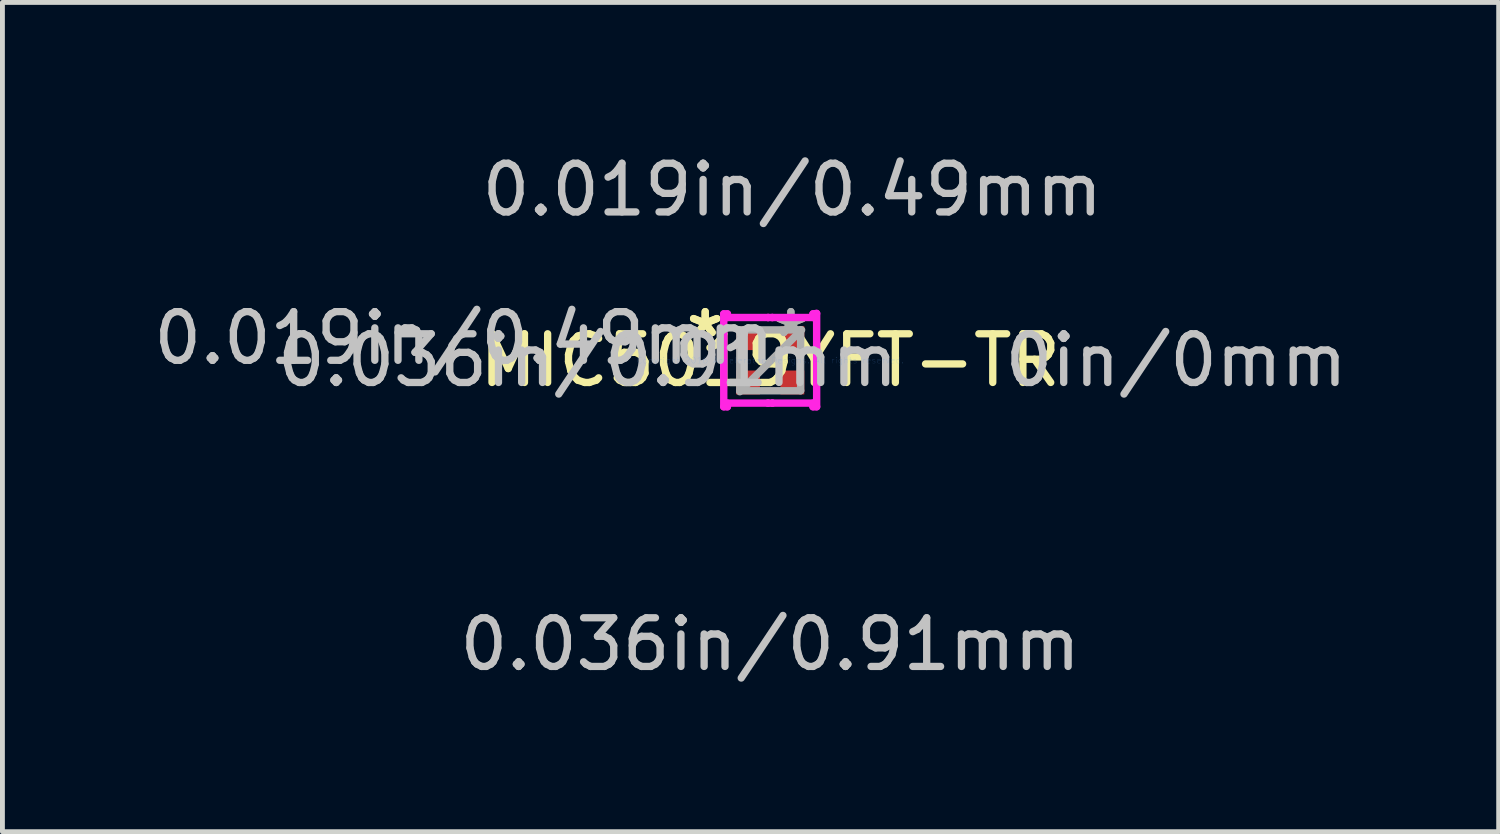
<source format=kicad_pcb>
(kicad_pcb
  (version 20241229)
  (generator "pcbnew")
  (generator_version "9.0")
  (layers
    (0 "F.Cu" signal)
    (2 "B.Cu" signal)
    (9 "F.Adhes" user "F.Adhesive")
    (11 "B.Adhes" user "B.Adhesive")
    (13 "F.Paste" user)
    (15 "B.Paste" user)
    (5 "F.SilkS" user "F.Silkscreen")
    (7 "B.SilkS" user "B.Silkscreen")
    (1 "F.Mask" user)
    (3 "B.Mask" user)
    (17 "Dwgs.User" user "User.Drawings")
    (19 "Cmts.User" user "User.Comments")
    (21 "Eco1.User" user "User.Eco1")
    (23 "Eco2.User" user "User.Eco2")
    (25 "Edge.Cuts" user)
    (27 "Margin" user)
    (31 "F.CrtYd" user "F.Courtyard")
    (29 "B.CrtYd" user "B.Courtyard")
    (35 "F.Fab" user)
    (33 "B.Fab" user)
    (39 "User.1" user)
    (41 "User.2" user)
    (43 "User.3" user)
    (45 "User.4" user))
  (footprint "MIC5019YFT-TR"
    (layer "F.Cu")
    (at 12.77 4.351)
    (property "Reference" "MIC5019YFT-TR" (at 0 0 0) (layer "F.SilkS") (effects (font (size 1 1) (thickness 0.15))))
    (attr through_hole)
    (fp_line (start -0.954 -0.954) (end -0.879 -0.954) (stroke (width 0.152) (type solid)) (layer "F.CrtYd"))
    (fp_line (start -0.954 0.954) (end -0.954 -0.954) (stroke (width 0.152) (type solid)) (layer "F.CrtYd"))
    (fp_line (start -0.879 -0.954) (end -0.879 -0.879) (stroke (width 0.152) (type solid)) (layer "F.CrtYd"))
    (fp_line (start -0.879 -0.879) (end -0.044 -0.879) (stroke (width 0.152) (type solid)) (layer "F.CrtYd"))
    (fp_line (start -0.879 0.879) (end -0.879 0.954) (stroke (width 0.152) (type solid)) (layer "F.CrtYd"))
    (fp_line (start -0.879 0.954) (end -0.954 0.954) (stroke (width 0.152) (type solid)) (layer "F.CrtYd"))
    (fp_line (start -0.044 -0.879) (end -0.044 -0.879) (stroke (width 0.152) (type solid)) (layer "F.CrtYd"))
    (fp_line (start -0.044 -0.879) (end 0.044 -0.879) (stroke (width 0.152) (type solid)) (layer "F.CrtYd"))
    (fp_line (start -0.044 0.879) (end -0.879 0.879) (stroke (width 0.152) (type solid)) (layer "F.CrtYd"))
    (fp_line (start -0.044 0.879) (end -0.044 0.879) (stroke (width 0.152) (type solid)) (layer "F.CrtYd"))
    (fp_line (start 0.044 -0.879) (end 0.044 -0.879) (stroke (width 0.152) (type solid)) (layer "F.CrtYd"))
    (fp_line (start 0.044 -0.879) (end 0.879 -0.879) (stroke (width 0.152) (type solid)) (layer "F.CrtYd"))
    (fp_line (start 0.044 0.879) (end -0.044 0.879) (stroke (width 0.152) (type solid)) (layer "F.CrtYd"))
    (fp_line (start 0.044 0.879) (end 0.044 0.879) (stroke (width 0.152) (type solid)) (layer "F.CrtYd"))
    (fp_line (start 0.879 -0.954) (end 0.954 -0.963) (stroke (width 0.152) (type solid)) (layer "F.CrtYd"))
    (fp_line (start 0.879 -0.879) (end 0.879 -0.954) (stroke (width 0.152) (type solid)) (layer "F.CrtYd"))
    (fp_line (start 0.879 0.879) (end 0.044 0.879) (stroke (width 0.152) (type solid)) (layer "F.CrtYd"))
    (fp_line (start 0.879 0.954) (end 0.879 0.879) (stroke (width 0.152) (type solid)) (layer "F.CrtYd"))
    (fp_line (start 0.954 -0.963) (end 0.954 0.954) (stroke (width 0.152) (type solid)) (layer "F.CrtYd"))
    (fp_line (start 0.954 0.954) (end 0.879 0.954) (stroke (width 0.152) (type solid)) (layer "F.CrtYd"))
    (fp_line (start -0.625 -0.625) (end -0.625 0.625) (stroke (width 0.152) (type solid)) (layer "F.Fab"))
    (fp_line (start -0.625 0.625) (end 0.625 0.625) (stroke (width 0.152) (type solid)) (layer "F.Fab"))
    (fp_line (start -0.625 0.645) (end 0.645 -0.625) (stroke (width 0.152) (type solid)) (layer "F.Fab"))
    (fp_line (start 0.625 -0.625) (end -0.625 -0.625) (stroke (width 0.152) (type solid)) (layer "F.Fab"))
    (fp_line (start 0.625 0.625) (end 0.625 -0.625) (stroke (width 0.152) (type solid)) (layer "F.Fab"))
    (fp_text user "*" (at -1.335 -0.455 0) (layer "F.SilkS") (effects (font (size 1 1) (thickness 0.15))))
    (fp_text user "*" (at -1.335 -0.455 0) (layer "F.SilkS") (effects (font (size 1 1) (thickness 0.15))))
    (fp_text user "0.036in/0.91mm" (at 0 5.833 0) (layer "Dwgs.User") (effects (font (size 1 1) (thickness 0.15))))
    (fp_text user "0.019in/0.49mm" (at -6.288 -0.455 0) (layer "Dwgs.User") (effects (font (size 1 1) (thickness 0.15))))
    (fp_text user "0.036in/0.91mm" (at -3.748 0 0) (layer "Dwgs.User") (effects (font (size 1 1) (thickness 0.15))))
    (fp_text user "0.019in/0.49mm" (at 0.455 -3.503 0) (layer "Dwgs.User") (effects (font (size 1 1) (thickness 0.15))))
    (fp_text user "0in/0mm" (at 8.338 0 0) (layer "Dwgs.User") (effects (font (size 1 1) (thickness 0.15))))
    (fp_text user "Copyright 2016 Accelerated Designs. All rights reserved." (at 0 0 0) (layer "Cmts.User") (effects (font (size 0.127 0.127) (thickness 0.002))))
    (fp_text user "*" (at 0.425 -0.455 0) (layer "F.Fab") (effects (font (size 1 1) (thickness 0.15))))
    (fp_text user "*" (at 0.425 -0.455 0) (layer "F.Fab") (effects (font (size 1 1) (thickness 0.15))))
    (pad "1" smd rect (at -0.455 -0.455) (size 0.49 0.49) (layers "F.Cu" "F.Mask" "F.Paste"))
    (pad "2" smd rect (at -0.455 0.455) (size 0.49 0.49) (layers "F.Cu" "F.Mask" "F.Paste"))
    (pad "3" smd rect (at 0.455 0.455) (size 0.49 0.49) (layers "F.Cu" "F.Mask" "F.Paste"))
    (pad "4" smd rect (at 0.455 -0.455) (size 0.49 0.49) (layers "F.Cu" "F.Mask" "F.Paste")))
  (gr_rect
    (start -3 -3)
    (end 27.733 14.033)
    (stroke (width 0.1) (type default))
    (fill no)
    (layer "Edge.Cuts")))
</source>
